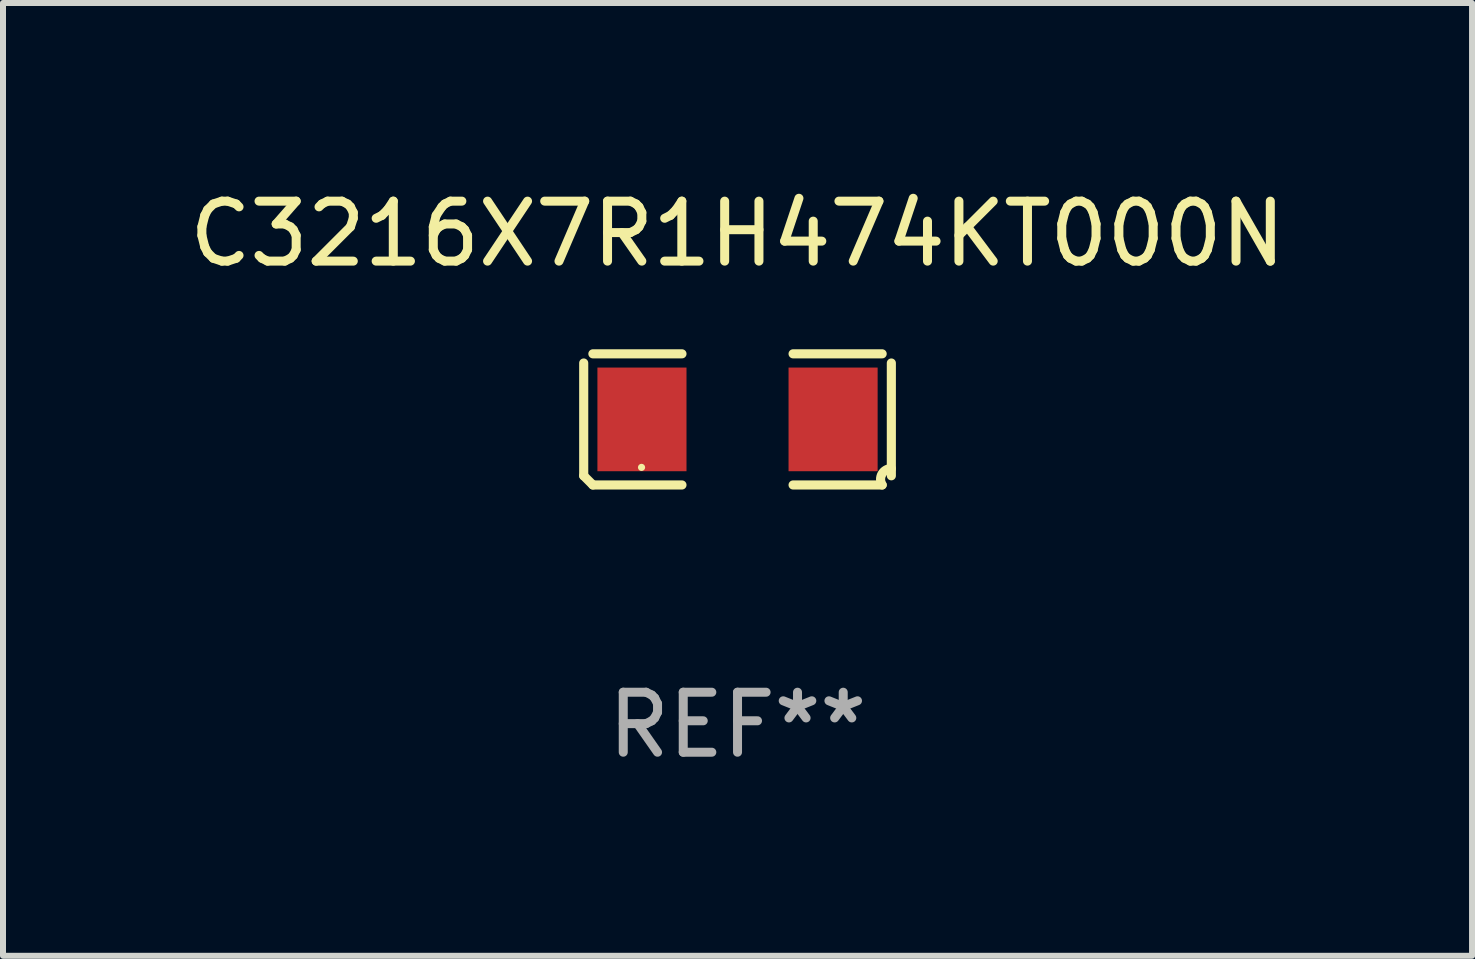
<source format=kicad_pcb>
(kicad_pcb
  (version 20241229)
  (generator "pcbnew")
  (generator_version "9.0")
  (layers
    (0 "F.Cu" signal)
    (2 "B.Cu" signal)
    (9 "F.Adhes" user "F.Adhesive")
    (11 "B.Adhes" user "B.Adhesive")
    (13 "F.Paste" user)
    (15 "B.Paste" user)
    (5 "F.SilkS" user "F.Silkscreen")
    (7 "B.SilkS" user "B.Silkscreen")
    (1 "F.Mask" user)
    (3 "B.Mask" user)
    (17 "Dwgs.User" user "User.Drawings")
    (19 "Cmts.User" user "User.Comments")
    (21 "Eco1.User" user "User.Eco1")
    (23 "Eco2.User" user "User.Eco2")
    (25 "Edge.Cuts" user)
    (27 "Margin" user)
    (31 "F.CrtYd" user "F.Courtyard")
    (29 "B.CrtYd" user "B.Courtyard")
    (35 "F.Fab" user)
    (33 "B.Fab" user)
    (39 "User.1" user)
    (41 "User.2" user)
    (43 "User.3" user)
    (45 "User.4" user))
  (footprint "C3216X7R1H474KT000N"
    (layer "F.Cu")
    (at 9.244 3.941)
    (property "Reference" "C3216X7R1H474KT000N" (at 0 -3.093 0) (layer "F.SilkS") (effects (font (size 1 1) (thickness 0.15))))
    (attr through_hole)
    (fp_line (start -2.564 0.94) (end -2.564 -0.94) (stroke (width 0.152) (type solid)) (layer "F.SilkS"))
    (fp_line (start -2.411 -1.093) (end -0.926 -1.093) (stroke (width 0.152) (type solid)) (layer "F.SilkS"))
    (fp_line (start -0.926 1.093) (end -2.411 1.093) (stroke (width 0.152) (type solid)) (layer "F.SilkS"))
    (fp_line (start 0.926 1.093) (end 2.411 1.093) (stroke (width 0.152) (type solid)) (layer "F.SilkS"))
    (fp_line (start 2.411 -1.093) (end 0.926 -1.093) (stroke (width 0.152) (type solid)) (layer "F.SilkS"))
    (fp_line (start 2.564 0.94) (end 2.564 -0.94) (stroke (width 0.152) (type solid)) (layer "F.SilkS"))
    (fp_arc (start -2.411201 1.092609) (mid -2.487413 1.01642) (end -2.563602 0.940208) (stroke (width 0.1524) (type solid)) (layer "F.SilkS"))
    (fp_arc (start 2.411201 1.092609) (mid 2.407159 0.911226) (end 2.563602 0.819347) (stroke (width 0.1524) (type solid)) (layer "F.SilkS"))
    (fp_circle (center -1.6 0.8) (end -1.57 0.8) (stroke (width 0.06) (type solid)) (fill no) (layer "F.SilkS"))
    (fp_text user "REF**" (at 0 5.093 0) (layer "F.Fab") (effects (font (size 1 1) (thickness 0.15))))
    (pad "1" smd rect (at -1.593 0) (size 1.485 1.728) (layers "F.Cu" "F.Mask" "F.Paste"))
    (pad "2" smd rect (at 1.593 0) (size 1.485 1.728) (layers "F.Cu" "F.Mask" "F.Paste")))
  (gr_rect
    (start -3 -3)
    (end 21.488 12.882)
    (stroke (width 0.1) (type default))
    (fill no)
    (layer "Edge.Cuts")))
</source>
